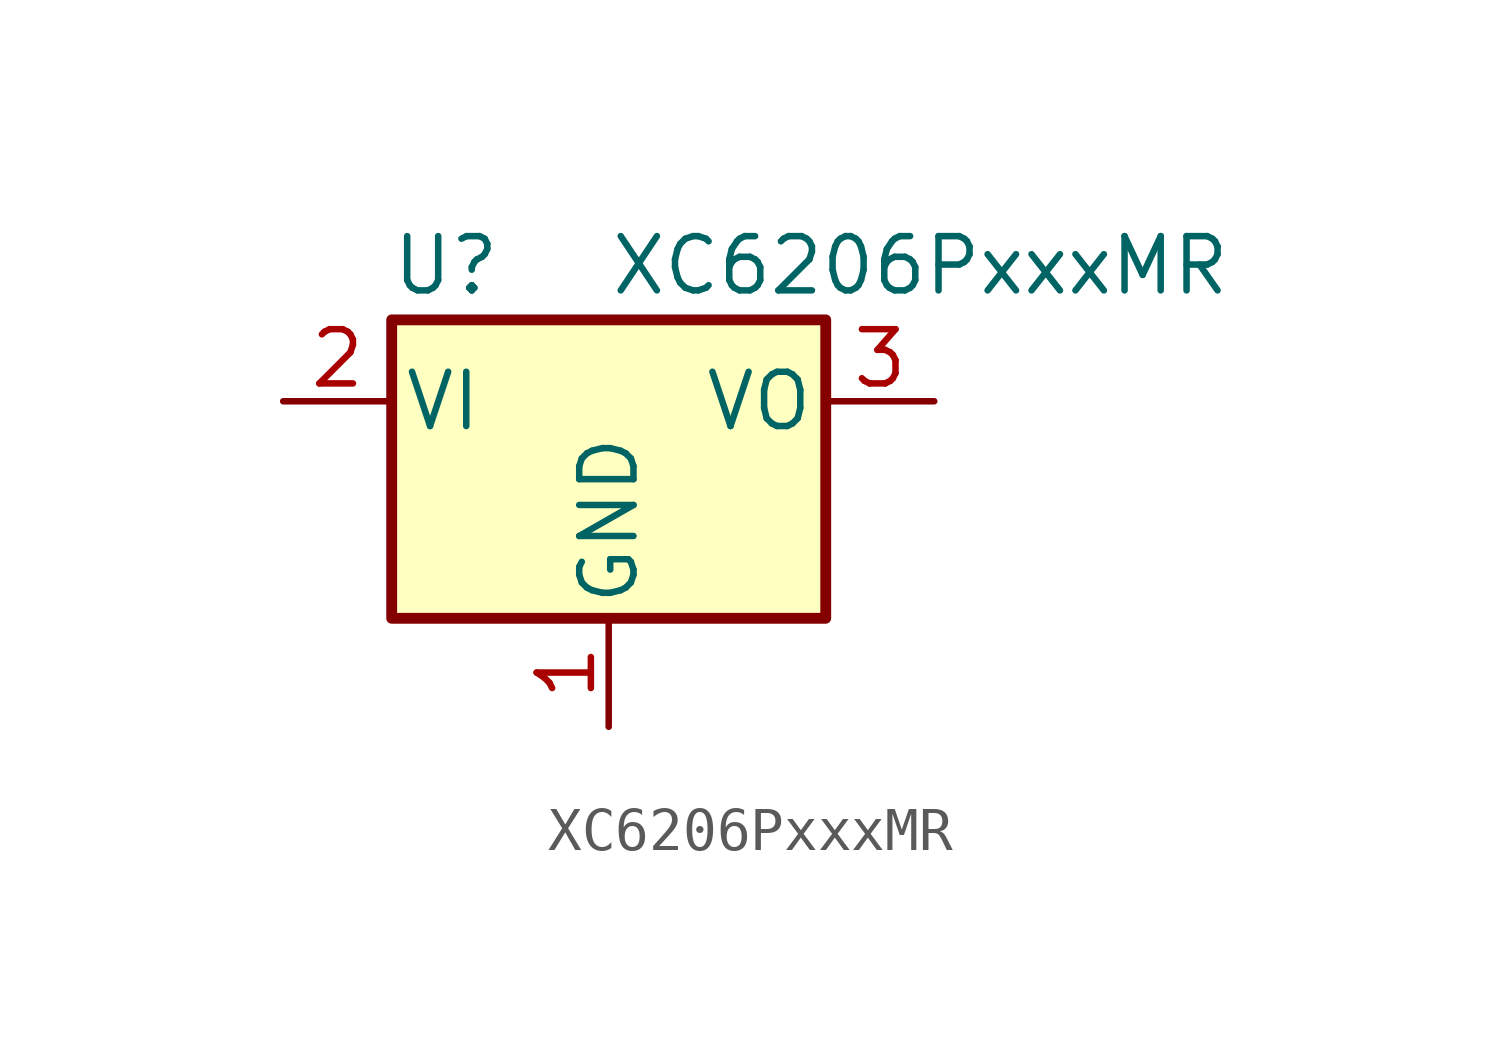
<source format=kicad_sym>
(kicad_symbol_lib
  (version 20211014)
  (generator kicad_symbol_editor)
  (symbol "XC6206PxxxMR"
    (pin_names
      (offset 0.254))
    (property "Reference" "U"
      (at -3.81 3.175 0)
      (effects (font (size 1.27 1.27))))
    (property "Value" "XC6206PxxxMR"
      (at 0 3.175 0)
      (effects (font (size 1.27 1.27)) (justify left)))
    (symbol "XC6206PxxxMR_0_1"
      (rectangle (start -5.08 1.905) (end 5.08 -5.08) (stroke (width 0.254) (type default) (color 0 0 0 0)) (fill (type background))))
    (symbol "XC6206PxxxMR_1_1"
      (pin power_in line (at 0 -7.62 90) (length 2.54) (name "GND" (effects (font (size 1.27 1.27)))) (number "1" (effects (font (size 1.27 1.27)))))
      (pin power_in line (at -7.62 0 0) (length 2.54) (name "VI" (effects (font (size 1.27 1.27)))) (number "2" (effects (font (size 1.27 1.27)))))
      (pin power_out line (at 7.62 0 180) (length 2.54) (name "VO" (effects (font (size 1.27 1.27)))) (number "3" (effects (font (size 1.27 1.27))))))))
</source>
